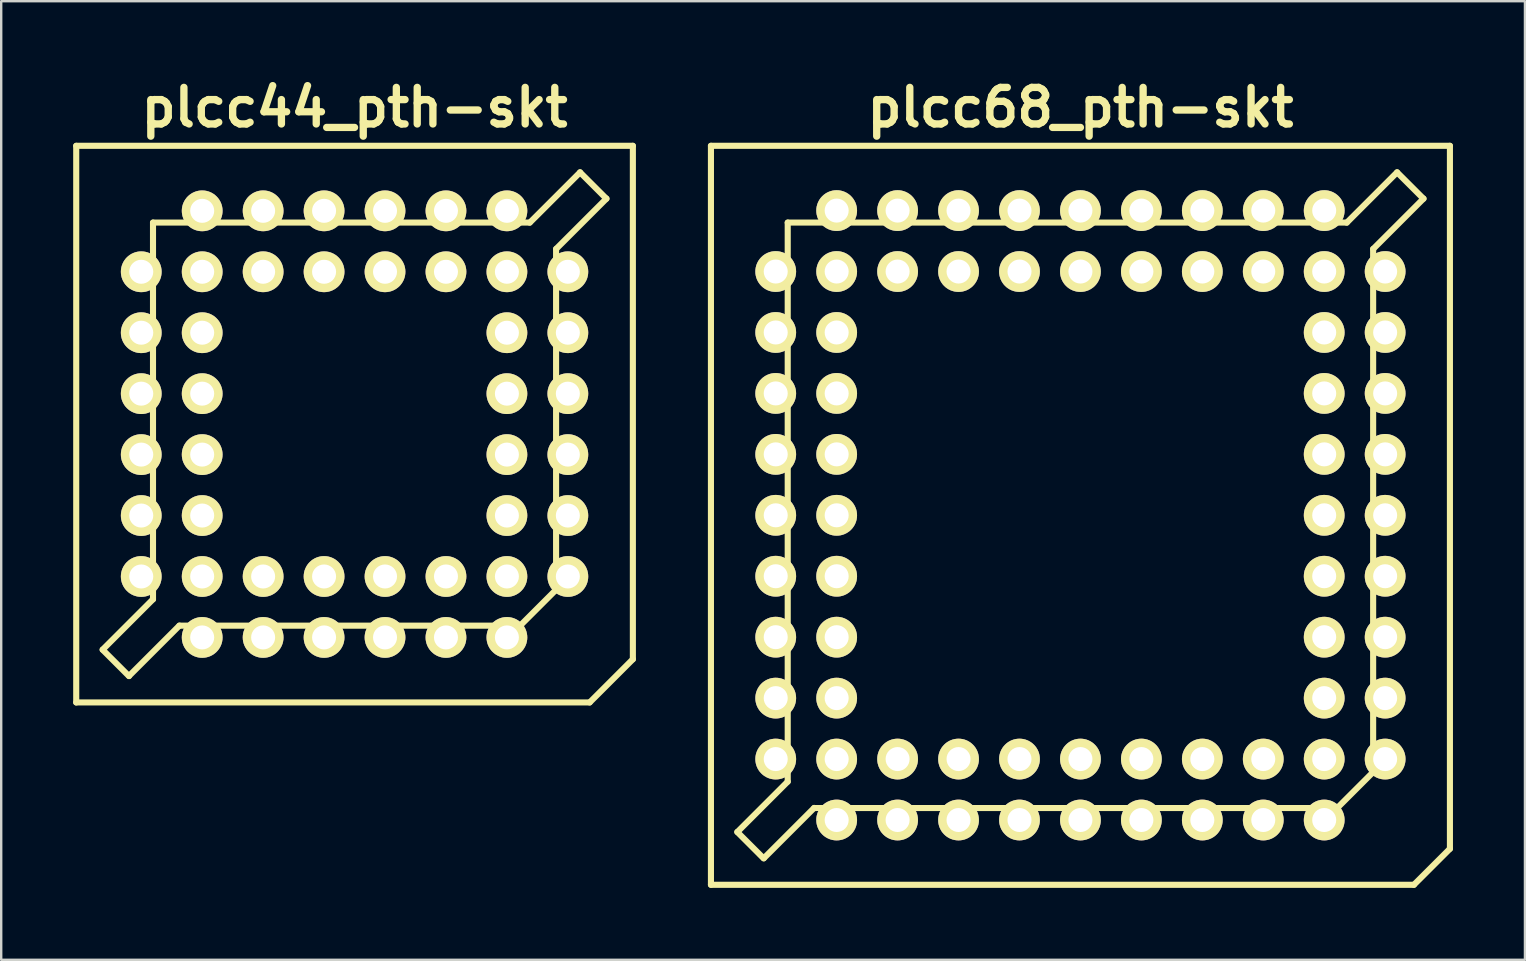
<source format=kicad_pcb>
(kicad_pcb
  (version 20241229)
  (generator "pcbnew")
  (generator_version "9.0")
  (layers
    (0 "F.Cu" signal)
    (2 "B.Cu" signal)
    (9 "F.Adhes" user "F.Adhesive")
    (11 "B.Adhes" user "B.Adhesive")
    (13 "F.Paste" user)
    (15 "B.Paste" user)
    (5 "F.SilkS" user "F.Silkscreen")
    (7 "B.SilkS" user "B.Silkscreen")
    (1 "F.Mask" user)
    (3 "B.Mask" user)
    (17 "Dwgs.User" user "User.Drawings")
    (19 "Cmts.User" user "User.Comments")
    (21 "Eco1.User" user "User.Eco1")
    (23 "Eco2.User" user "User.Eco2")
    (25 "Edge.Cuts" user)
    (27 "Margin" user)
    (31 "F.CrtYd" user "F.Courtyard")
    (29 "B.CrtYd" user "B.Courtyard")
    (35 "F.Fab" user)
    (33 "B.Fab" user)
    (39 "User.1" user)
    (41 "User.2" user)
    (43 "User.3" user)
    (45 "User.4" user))
  (footprint "plcc68_pth-skt"
    (layer "F.Cu")
    (at 41.981 18.427)
    (property "Reference" "plcc68_pth-skt" (at 0 -17 0) (layer "F.SilkS") (effects (font (size 1.524 1.524) (thickness 0.305))))
    (attr through_hole)
    (fp_line (start -15.4 -15.4) (end -15.4 15.4) (stroke (width 0.254) (type solid)) (layer "F.SilkS"))
    (fp_line (start -15.4 15.4) (end 13.899 15.4) (stroke (width 0.254) (type solid)) (layer "F.SilkS"))
    (fp_line (start -14.303 13.2) (end -13.203 14.3) (stroke (width 0.254) (type solid)) (layer "F.SilkS"))
    (fp_line (start -13.195 14.293) (end -11.097 12.195) (stroke (width 0.254) (type solid)) (layer "F.SilkS"))
    (fp_line (start -12.2 -12.2) (end 11.1 -12.2) (stroke (width 0.254) (type solid)) (layer "F.SilkS"))
    (fp_line (start -12.2 11.1) (end -14.298 13.198) (stroke (width 0.254) (type solid)) (layer "F.SilkS"))
    (fp_line (start -12.2 11.1) (end -12.2 -12.2) (stroke (width 0.254) (type solid)) (layer "F.SilkS"))
    (fp_line (start 10.701 12.2) (end -11.1 12.2) (stroke (width 0.254) (type solid)) (layer "F.SilkS"))
    (fp_line (start 11.1 -12.197) (end 13.198 -14.295) (stroke (width 0.254) (type solid)) (layer "F.SilkS"))
    (fp_line (start 12.2 -11.1) (end 12.2 10.701) (stroke (width 0.254) (type solid)) (layer "F.SilkS"))
    (fp_line (start 12.2 10.701) (end 10.701 12.2) (stroke (width 0.254) (type solid)) (layer "F.SilkS"))
    (fp_line (start 13.198 -14.295) (end 14.298 -13.195) (stroke (width 0.254) (type solid)) (layer "F.SilkS"))
    (fp_line (start 13.899 15.4) (end 15.4 13.899) (stroke (width 0.254) (type solid)) (layer "F.SilkS"))
    (fp_line (start 14.3 -13.2) (end 12.202 -11.102) (stroke (width 0.254) (type solid)) (layer "F.SilkS"))
    (fp_line (start 15.4 -15.4) (end -15.4 -15.4) (stroke (width 0.254) (type solid)) (layer "F.SilkS"))
    (fp_line (start 15.4 13.899) (end 15.4 -15.4) (stroke (width 0.254) (type solid)) (layer "F.SilkS"))
    (pad "1" thru_hole circle (at 0 12.7) (size 1.699 1.699) (drill 1.001) (layers "*.Cu" "*.Mask" "F.SilkS"))
    (pad "2" thru_hole circle (at 0 10.16) (size 1.699 1.699) (drill 1.001) (layers "*.Cu" "*.Mask" "F.SilkS"))
    (pad "3" thru_hole circle (at 2.54 12.7) (size 1.699 1.699) (drill 1.001) (layers "*.Cu" "*.Mask" "F.SilkS"))
    (pad "4" thru_hole circle (at 2.54 10.16) (size 1.699 1.699) (drill 1.001) (layers "*.Cu" "*.Mask" "F.SilkS"))
    (pad "5" thru_hole circle (at 5.08 12.7) (size 1.699 1.699) (drill 1.001) (layers "*.Cu" "*.Mask" "F.SilkS"))
    (pad "6" thru_hole circle (at 5.08 10.16) (size 1.699 1.699) (drill 1.001) (layers "*.Cu" "*.Mask" "F.SilkS"))
    (pad "7" thru_hole circle (at 7.62 12.7) (size 1.699 1.699) (drill 1.001) (layers "*.Cu" "*.Mask" "F.SilkS"))
    (pad "8" thru_hole circle (at 7.62 10.16) (size 1.699 1.699) (drill 1.001) (layers "*.Cu" "*.Mask" "F.SilkS"))
    (pad "9" thru_hole circle (at 10.16 12.7) (size 1.699 1.699) (drill 1.001) (layers "*.Cu" "*.Mask" "F.SilkS"))
    (pad "10" thru_hole circle (at 12.7 10.16) (size 1.699 1.699) (drill 1.001) (layers "*.Cu" "*.Mask" "F.SilkS"))
    (pad "11" thru_hole circle (at 10.16 10.16) (size 1.699 1.699) (drill 1.001) (layers "*.Cu" "*.Mask" "F.SilkS"))
    (pad "12" thru_hole circle (at 12.7 7.62) (size 1.699 1.699) (drill 1.001) (layers "*.Cu" "*.Mask" "F.SilkS"))
    (pad "13" thru_hole circle (at 10.16 7.62) (size 1.699 1.699) (drill 1.001) (layers "*.Cu" "*.Mask" "F.SilkS"))
    (pad "14" thru_hole circle (at 12.7 5.08) (size 1.699 1.699) (drill 1.001) (layers "*.Cu" "*.Mask" "F.SilkS"))
    (pad "15" thru_hole circle (at 10.16 5.08) (size 1.699 1.699) (drill 1.001) (layers "*.Cu" "*.Mask" "F.SilkS"))
    (pad "16" thru_hole circle (at 12.7 2.54) (size 1.699 1.699) (drill 1.001) (layers "*.Cu" "*.Mask" "F.SilkS"))
    (pad "17" thru_hole circle (at 10.16 2.54) (size 1.699 1.699) (drill 1.001) (layers "*.Cu" "*.Mask" "F.SilkS"))
    (pad "18" thru_hole circle (at 12.7 0) (size 1.699 1.699) (drill 1.001) (layers "*.Cu" "*.Mask" "F.SilkS"))
    (pad "19" thru_hole circle (at 10.16 0) (size 1.699 1.699) (drill 1.001) (layers "*.Cu" "*.Mask" "F.SilkS"))
    (pad "20" thru_hole circle (at 12.7 -2.54) (size 1.699 1.699) (drill 1.001) (layers "*.Cu" "*.Mask" "F.SilkS"))
    (pad "21" thru_hole circle (at 10.16 -2.54) (size 1.699 1.699) (drill 1.001) (layers "*.Cu" "*.Mask" "F.SilkS"))
    (pad "22" thru_hole circle (at 12.7 -5.08) (size 1.699 1.699) (drill 1.001) (layers "*.Cu" "*.Mask" "F.SilkS"))
    (pad "23" thru_hole circle (at 10.16 -5.08) (size 1.699 1.699) (drill 1.001) (layers "*.Cu" "*.Mask" "F.SilkS"))
    (pad "24" thru_hole circle (at 12.7 -7.62) (size 1.699 1.699) (drill 1.001) (layers "*.Cu" "*.Mask" "F.SilkS"))
    (pad "25" thru_hole circle (at 10.16 -7.62) (size 1.699 1.699) (drill 1.001) (layers "*.Cu" "*.Mask" "F.SilkS"))
    (pad "26" thru_hole circle (at 12.7 -10.16) (size 1.699 1.699) (drill 1.001) (layers "*.Cu" "*.Mask" "F.SilkS"))
    (pad "27" thru_hole circle (at 10.16 -12.7) (size 1.699 1.699) (drill 1.001) (layers "*.Cu" "*.Mask" "F.SilkS"))
    (pad "28" thru_hole circle (at 10.16 -10.16) (size 1.699 1.699) (drill 1.001) (layers "*.Cu" "*.Mask" "F.SilkS"))
    (pad "29" thru_hole circle (at 7.62 -12.7) (size 1.699 1.699) (drill 1.001) (layers "*.Cu" "*.Mask" "F.SilkS"))
    (pad "30" thru_hole circle (at 7.62 -10.16) (size 1.699 1.699) (drill 1.001) (layers "*.Cu" "*.Mask" "F.SilkS"))
    (pad "31" thru_hole circle (at 5.08 -12.7) (size 1.699 1.699) (drill 1.001) (layers "*.Cu" "*.Mask" "F.SilkS"))
    (pad "32" thru_hole circle (at 5.08 -10.16) (size 1.699 1.699) (drill 1.001) (layers "*.Cu" "*.Mask" "F.SilkS"))
    (pad "33" thru_hole circle (at 2.54 -12.7) (size 1.699 1.699) (drill 1.001) (layers "*.Cu" "*.Mask" "F.SilkS"))
    (pad "34" thru_hole circle (at 2.54 -10.16) (size 1.699 1.699) (drill 1.001) (layers "*.Cu" "*.Mask" "F.SilkS"))
    (pad "35" thru_hole circle (at 0 -12.7) (size 1.699 1.699) (drill 1.001) (layers "*.Cu" "*.Mask" "F.SilkS"))
    (pad "36" thru_hole circle (at 0 -10.16) (size 1.699 1.699) (drill 1.001) (layers "*.Cu" "*.Mask" "F.SilkS"))
    (pad "37" thru_hole circle (at -2.54 -12.7) (size 1.699 1.699) (drill 1.001) (layers "*.Cu" "*.Mask" "F.SilkS"))
    (pad "38" thru_hole circle (at -2.54 -10.16) (size 1.699 1.699) (drill 1.001) (layers "*.Cu" "*.Mask" "F.SilkS"))
    (pad "39" thru_hole circle (at -5.08 -12.7) (size 1.699 1.699) (drill 1.001) (layers "*.Cu" "*.Mask" "F.SilkS"))
    (pad "40" thru_hole circle (at -5.08 -10.16) (size 1.699 1.699) (drill 1.001) (layers "*.Cu" "*.Mask" "F.SilkS"))
    (pad "41" thru_hole circle (at -7.62 -12.7) (size 1.699 1.699) (drill 1.001) (layers "*.Cu" "*.Mask" "F.SilkS"))
    (pad "42" thru_hole circle (at -7.62 -10.16) (size 1.699 1.699) (drill 1.001) (layers "*.Cu" "*.Mask" "F.SilkS"))
    (pad "43" thru_hole circle (at -10.16 -12.7) (size 1.699 1.699) (drill 1.001) (layers "*.Cu" "*.Mask" "F.SilkS"))
    (pad "44" thru_hole circle (at -12.7 -10.16) (size 1.699 1.699) (drill 1.001) (layers "*.Cu" "*.Mask" "F.SilkS"))
    (pad "45" thru_hole circle (at -10.16 -10.16) (size 1.699 1.699) (drill 1.001) (layers "*.Cu" "*.Mask" "F.SilkS"))
    (pad "46" thru_hole circle (at -12.7 -7.62) (size 1.699 1.699) (drill 1.001) (layers "*.Cu" "*.Mask" "F.SilkS"))
    (pad "47" thru_hole circle (at -10.16 -7.62) (size 1.699 1.699) (drill 1.001) (layers "*.Cu" "*.Mask" "F.SilkS"))
    (pad "48" thru_hole circle (at -12.7 -5.08) (size 1.699 1.699) (drill 1.001) (layers "*.Cu" "*.Mask" "F.SilkS"))
    (pad "49" thru_hole circle (at -10.16 -5.08) (size 1.699 1.699) (drill 1.001) (layers "*.Cu" "*.Mask" "F.SilkS"))
    (pad "50" thru_hole circle (at -12.7 -2.54) (size 1.699 1.699) (drill 1.001) (layers "*.Cu" "*.Mask" "F.SilkS"))
    (pad "51" thru_hole circle (at -10.16 -2.54) (size 1.699 1.699) (drill 1.001) (layers "*.Cu" "*.Mask" "F.SilkS"))
    (pad "52" thru_hole circle (at -12.7 0) (size 1.699 1.699) (drill 1.001) (layers "*.Cu" "*.Mask" "F.SilkS"))
    (pad "53" thru_hole circle (at -10.16 0) (size 1.699 1.699) (drill 1.001) (layers "*.Cu" "*.Mask" "F.SilkS"))
    (pad "54" thru_hole circle (at -12.7 2.54) (size 1.699 1.699) (drill 1.001) (layers "*.Cu" "*.Mask" "F.SilkS"))
    (pad "55" thru_hole circle (at -10.16 2.54) (size 1.699 1.699) (drill 1.001) (layers "*.Cu" "*.Mask" "F.SilkS"))
    (pad "56" thru_hole circle (at -12.7 5.08) (size 1.699 1.699) (drill 1.001) (layers "*.Cu" "*.Mask" "F.SilkS"))
    (pad "57" thru_hole circle (at -10.16 5.08) (size 1.699 1.699) (drill 1.001) (layers "*.Cu" "*.Mask" "F.SilkS"))
    (pad "58" thru_hole circle (at -12.7 7.62) (size 1.699 1.699) (drill 1.001) (layers "*.Cu" "*.Mask" "F.SilkS"))
    (pad "59" thru_hole circle (at -10.16 7.62) (size 1.699 1.699) (drill 1.001) (layers "*.Cu" "*.Mask" "F.SilkS"))
    (pad "60" thru_hole circle (at -12.7 10.16) (size 1.699 1.699) (drill 1.001) (layers "*.Cu" "*.Mask" "F.SilkS"))
    (pad "61" thru_hole circle (at -10.16 12.7) (size 1.699 1.699) (drill 1.001) (layers "*.Cu" "*.Mask" "F.SilkS"))
    (pad "62" thru_hole circle (at -10.16 10.16) (size 1.699 1.699) (drill 1.001) (layers "*.Cu" "*.Mask" "F.SilkS"))
    (pad "63" thru_hole circle (at -7.62 12.7) (size 1.699 1.699) (drill 1.001) (layers "*.Cu" "*.Mask" "F.SilkS"))
    (pad "64" thru_hole circle (at -7.62 10.16) (size 1.699 1.699) (drill 1.001) (layers "*.Cu" "*.Mask" "F.SilkS"))
    (pad "65" thru_hole circle (at -5.08 12.7) (size 1.699 1.699) (drill 1.001) (layers "*.Cu" "*.Mask" "F.SilkS"))
    (pad "66" thru_hole circle (at -5.08 10.16) (size 1.699 1.699) (drill 1.001) (layers "*.Cu" "*.Mask" "F.SilkS"))
    (pad "67" thru_hole circle (at -2.54 12.7) (size 1.699 1.699) (drill 1.001) (layers "*.Cu" "*.Mask" "F.SilkS"))
    (pad "68" thru_hole circle (at -2.54 10.16) (size 1.699 1.699) (drill 1.001) (layers "*.Cu" "*.Mask" "F.SilkS")))
  (footprint "plcc44_pth-skt"
    (layer "F.Cu")
    (at 11.727 14.627)
    (property "Reference" "plcc44_pth-skt" (at 0 -13.2 0) (layer "F.SilkS") (effects (font (size 1.524 1.524) (thickness 0.305))))
    (attr through_hole)
    (fp_line (start -11.6 -11.6) (end 11.6 -11.6) (stroke (width 0.254) (type solid)) (layer "F.SilkS"))
    (fp_line (start -11.6 11.6) (end -11.6 -11.6) (stroke (width 0.254) (type solid)) (layer "F.SilkS"))
    (fp_line (start -10.5 9.403) (end -9.401 10.503) (stroke (width 0.254) (type solid)) (layer "F.SilkS"))
    (fp_line (start -9.398 10.495) (end -7.3 8.397) (stroke (width 0.254) (type solid)) (layer "F.SilkS"))
    (fp_line (start -8.4 -8.4) (end 7.3 -8.4) (stroke (width 0.254) (type solid)) (layer "F.SilkS"))
    (fp_line (start -8.4 7.3) (end -10.498 9.398) (stroke (width 0.254) (type solid)) (layer "F.SilkS"))
    (fp_line (start -8.4 7.3) (end -8.4 -8.4) (stroke (width 0.254) (type solid)) (layer "F.SilkS"))
    (fp_line (start 6.901 8.4) (end -7.3 8.4) (stroke (width 0.254) (type solid)) (layer "F.SilkS"))
    (fp_line (start 7.303 -8.397) (end 9.401 -10.495) (stroke (width 0.254) (type solid)) (layer "F.SilkS"))
    (fp_line (start 8.4 -7.3) (end 8.4 6.901) (stroke (width 0.254) (type solid)) (layer "F.SilkS"))
    (fp_line (start 8.4 6.901) (end 6.901 8.4) (stroke (width 0.254) (type solid)) (layer "F.SilkS"))
    (fp_line (start 9.398 -10.495) (end 10.498 -9.395) (stroke (width 0.254) (type solid)) (layer "F.SilkS"))
    (fp_line (start 9.799 11.6) (end -11.6 11.6) (stroke (width 0.254) (type solid)) (layer "F.SilkS"))
    (fp_line (start 10.5 -9.401) (end 8.402 -7.303) (stroke (width 0.254) (type solid)) (layer "F.SilkS"))
    (fp_line (start 11.6 -11.6) (end 11.6 9.799) (stroke (width 0.254) (type solid)) (layer "F.SilkS"))
    (fp_line (start 11.6 9.799) (end 9.799 11.6) (stroke (width 0.254) (type solid)) (layer "F.SilkS"))
    (pad "1" thru_hole circle (at -1.27 6.35) (size 1.699 1.699) (drill 1.001) (layers "*.Cu" "*.Mask" "F.SilkS"))
    (pad "2" thru_hole circle (at 1.27 8.89) (size 1.699 1.699) (drill 1.001) (layers "*.Cu" "*.Mask" "F.SilkS"))
    (pad "3" thru_hole circle (at 1.27 6.35) (size 1.699 1.699) (drill 1.001) (layers "*.Cu" "*.Mask" "F.SilkS"))
    (pad "4" thru_hole circle (at 3.81 8.89) (size 1.699 1.699) (drill 1.001) (layers "*.Cu" "*.Mask" "F.SilkS"))
    (pad "5" thru_hole circle (at 3.81 6.35) (size 1.699 1.699) (drill 1.001) (layers "*.Cu" "*.Mask" "F.SilkS"))
    (pad "6" thru_hole circle (at 6.35 8.89) (size 1.699 1.699) (drill 1.001) (layers "*.Cu" "*.Mask" "F.SilkS"))
    (pad "7" thru_hole circle (at 8.89 6.35) (size 1.699 1.699) (drill 1.001) (layers "*.Cu" "*.Mask" "F.SilkS"))
    (pad "8" thru_hole circle (at 6.35 6.35) (size 1.699 1.699) (drill 1.001) (layers "*.Cu" "*.Mask" "F.SilkS"))
    (pad "9" thru_hole circle (at 8.89 3.81) (size 1.699 1.699) (drill 1.001) (layers "*.Cu" "*.Mask" "F.SilkS"))
    (pad "10" thru_hole circle (at 6.35 3.81) (size 1.699 1.699) (drill 1.001) (layers "*.Cu" "*.Mask" "F.SilkS"))
    (pad "11" thru_hole circle (at 8.89 1.27) (size 1.699 1.699) (drill 1.001) (layers "*.Cu" "*.Mask" "F.SilkS"))
    (pad "12" thru_hole circle (at 6.35 1.27) (size 1.699 1.699) (drill 1.001) (layers "*.Cu" "*.Mask" "F.SilkS"))
    (pad "13" thru_hole circle (at 8.89 -1.27) (size 1.699 1.699) (drill 1.001) (layers "*.Cu" "*.Mask" "F.SilkS"))
    (pad "14" thru_hole circle (at 6.35 -1.27) (size 1.699 1.699) (drill 1.001) (layers "*.Cu" "*.Mask" "F.SilkS"))
    (pad "15" thru_hole circle (at 8.89 -3.81) (size 1.699 1.699) (drill 1.001) (layers "*.Cu" "*.Mask" "F.SilkS"))
    (pad "16" thru_hole circle (at 6.35 -3.81) (size 1.699 1.699) (drill 1.001) (layers "*.Cu" "*.Mask" "F.SilkS"))
    (pad "17" thru_hole circle (at 8.89 -6.35) (size 1.699 1.699) (drill 1.001) (layers "*.Cu" "*.Mask" "F.SilkS"))
    (pad "18" thru_hole circle (at 6.35 -8.89) (size 1.699 1.699) (drill 1.001) (layers "*.Cu" "*.Mask" "F.SilkS"))
    (pad "19" thru_hole circle (at 6.35 -6.35) (size 1.699 1.699) (drill 1.001) (layers "*.Cu" "*.Mask" "F.SilkS"))
    (pad "20" thru_hole circle (at 3.81 -8.89) (size 1.699 1.699) (drill 1.001) (layers "*.Cu" "*.Mask" "F.SilkS"))
    (pad "21" thru_hole circle (at 3.81 -6.35) (size 1.699 1.699) (drill 1.001) (layers "*.Cu" "*.Mask" "F.SilkS"))
    (pad "22" thru_hole circle (at 1.27 -8.89) (size 1.699 1.699) (drill 1.001) (layers "*.Cu" "*.Mask" "F.SilkS"))
    (pad "23" thru_hole circle (at 1.27 -6.35) (size 1.699 1.699) (drill 1.001) (layers "*.Cu" "*.Mask" "F.SilkS"))
    (pad "24" thru_hole circle (at -1.27 -8.89) (size 1.699 1.699) (drill 1.001) (layers "*.Cu" "*.Mask" "F.SilkS"))
    (pad "25" thru_hole circle (at -1.27 -6.35) (size 1.699 1.699) (drill 1.001) (layers "*.Cu" "*.Mask" "F.SilkS"))
    (pad "26" thru_hole circle (at -3.81 -8.89) (size 1.699 1.699) (drill 1.001) (layers "*.Cu" "*.Mask" "F.SilkS"))
    (pad "27" thru_hole circle (at -3.81 -6.35) (size 1.699 1.699) (drill 1.001) (layers "*.Cu" "*.Mask" "F.SilkS"))
    (pad "28" thru_hole circle (at -6.35 -8.89) (size 1.699 1.699) (drill 1.001) (layers "*.Cu" "*.Mask" "F.SilkS"))
    (pad "29" thru_hole circle (at -8.89 -6.35) (size 1.699 1.699) (drill 1.001) (layers "*.Cu" "*.Mask" "F.SilkS"))
    (pad "30" thru_hole circle (at -6.35 -6.35) (size 1.699 1.699) (drill 1.001) (layers "*.Cu" "*.Mask" "F.SilkS"))
    (pad "31" thru_hole circle (at -8.89 -3.81) (size 1.699 1.699) (drill 1.001) (layers "*.Cu" "*.Mask" "F.SilkS"))
    (pad "32" thru_hole circle (at -6.35 -3.81) (size 1.699 1.699) (drill 1.001) (layers "*.Cu" "*.Mask" "F.SilkS"))
    (pad "33" thru_hole circle (at -8.89 -1.27) (size 1.699 1.699) (drill 1.001) (layers "*.Cu" "*.Mask" "F.SilkS"))
    (pad "34" thru_hole circle (at -6.35 -1.27) (size 1.699 1.699) (drill 1.001) (layers "*.Cu" "*.Mask" "F.SilkS"))
    (pad "35" thru_hole circle (at -8.89 1.27) (size 1.699 1.699) (drill 1.001) (layers "*.Cu" "*.Mask" "F.SilkS"))
    (pad "36" thru_hole circle (at -6.35 1.27) (size 1.699 1.699) (drill 1.001) (layers "*.Cu" "*.Mask" "F.SilkS"))
    (pad "37" thru_hole circle (at -8.89 3.81) (size 1.699 1.699) (drill 1.001) (layers "*.Cu" "*.Mask" "F.SilkS"))
    (pad "38" thru_hole circle (at -6.35 3.81) (size 1.699 1.699) (drill 1.001) (layers "*.Cu" "*.Mask" "F.SilkS"))
    (pad "39" thru_hole circle (at -8.89 6.35) (size 1.699 1.699) (drill 1.001) (layers "*.Cu" "*.Mask" "F.SilkS"))
    (pad "40" thru_hole circle (at -6.35 8.89) (size 1.699 1.699) (drill 1.001) (layers "*.Cu" "*.Mask" "F.SilkS"))
    (pad "41" thru_hole circle (at -6.35 6.35) (size 1.699 1.699) (drill 1.001) (layers "*.Cu" "*.Mask" "F.SilkS"))
    (pad "42" thru_hole circle (at -3.81 8.89) (size 1.699 1.699) (drill 1.001) (layers "*.Cu" "*.Mask" "F.SilkS"))
    (pad "43" thru_hole circle (at -3.81 6.35) (size 1.699 1.699) (drill 1.001) (layers "*.Cu" "*.Mask" "F.SilkS"))
    (pad "44" thru_hole circle (at -1.27 8.89) (size 1.699 1.699) (drill 1.001) (layers "*.Cu" "*.Mask" "F.SilkS")))
  (gr_rect
    (start -3 -3)
    (end 60.508 36.954)
    (stroke (width 0.1) (type default))
    (fill no)
    (layer "Edge.Cuts")))
</source>
